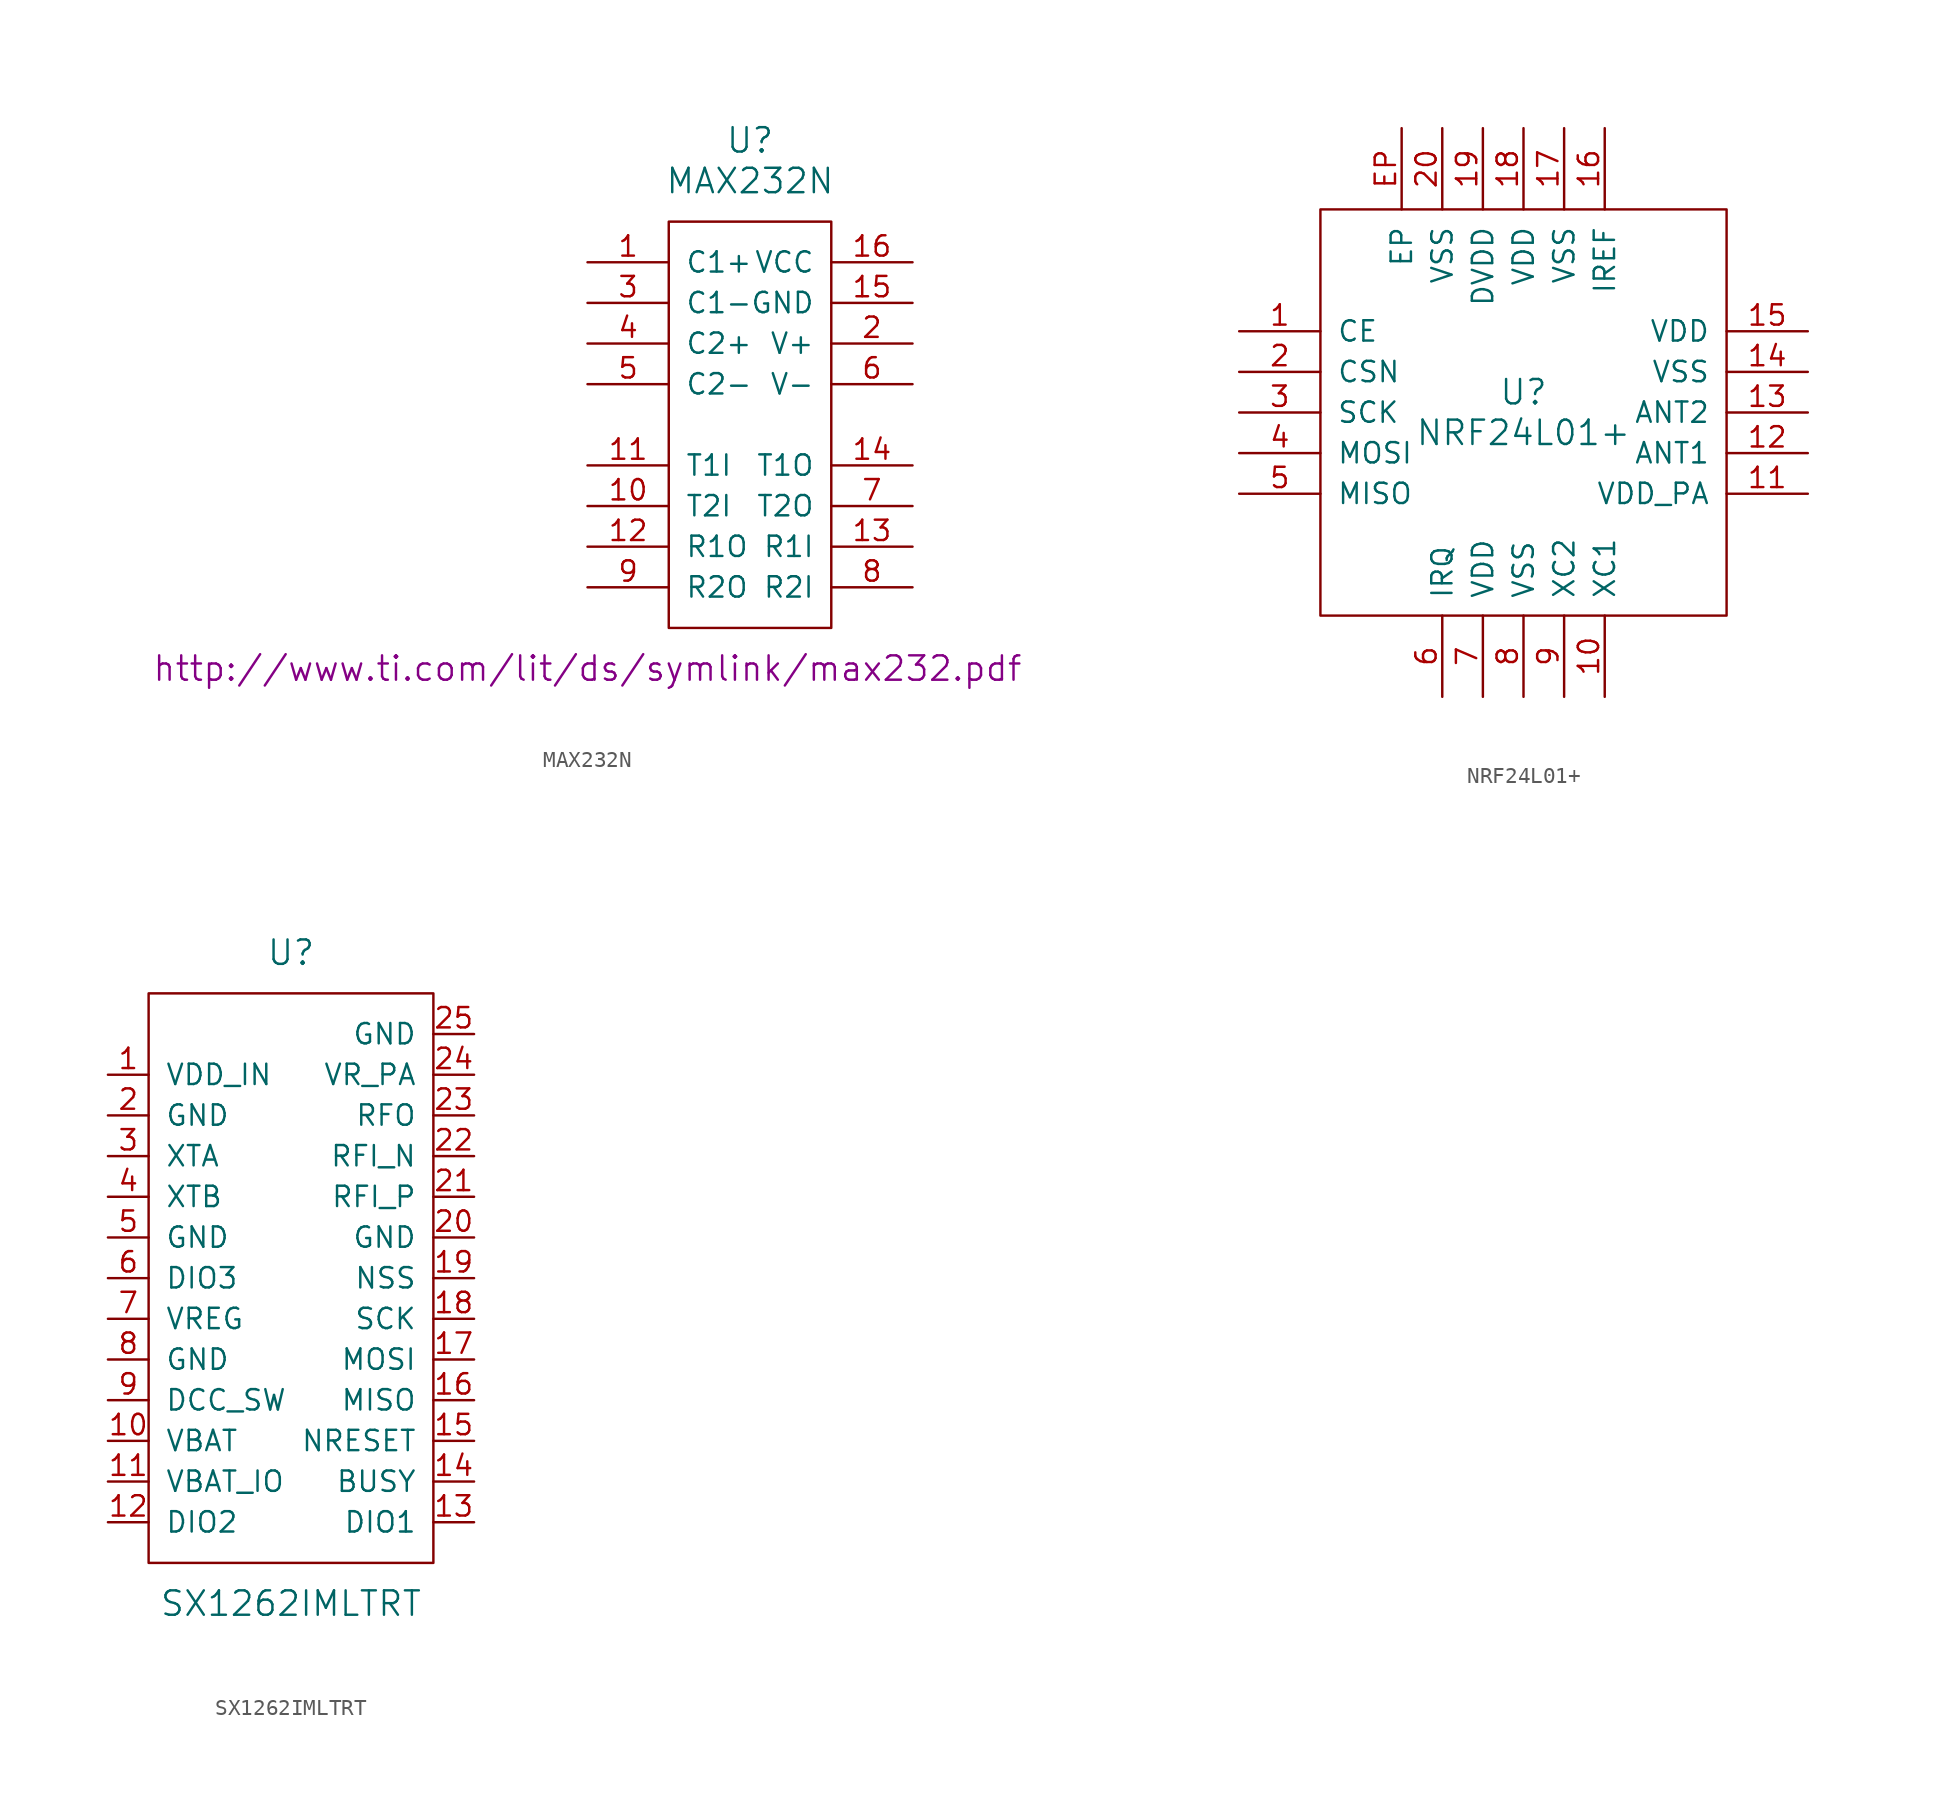
<source format=kicad_sym>
(kicad_symbol_lib
  (version 20201005)
  (generator kicad_symbol_editor)
  (symbol "MAX232N"
    (pin_names
      (offset 1.016))
    (property "Reference" "U"
      (at 0 17.78 0)
      (effects (font (size 1.524 1.524))))
    (property "Value" "MAX232N"
      (at 0 15.24 0)
      (effects (font (size 1.524 1.524))))
    (property "Datasheet" "http://www.ti.com/lit/ds/symlink/max232.pdf"
      (at -10.16 -15.24 0)
      (effects (font (size 1.524 1.524))))
    (symbol "MAX232N_0_1"
      (rectangle (start 5.08 12.7) (end -5.08 -12.7) (stroke (width 0)) (fill (type none))))
    (symbol "MAX232N_1_1"
      (pin input line (at -10.16 10.16 0) (length 5.08) (name "C1+" (effects (font (size 1.27 1.27)))) (number "1" (effects (font (size 1.27 1.27)))))
      (pin input line (at -10.16 -5.08 0) (length 5.08) (name "T2I" (effects (font (size 1.27 1.27)))) (number "10" (effects (font (size 1.27 1.27)))))
      (pin input line (at -10.16 -2.54 0) (length 5.08) (name "T1I" (effects (font (size 1.27 1.27)))) (number "11" (effects (font (size 1.27 1.27)))))
      (pin output line (at -10.16 -7.62 0) (length 5.08) (name "R1O" (effects (font (size 1.27 1.27)))) (number "12" (effects (font (size 1.27 1.27)))))
      (pin input line (at 10.16 -7.62 180) (length 5.08) (name "R1I" (effects (font (size 1.27 1.27)))) (number "13" (effects (font (size 1.27 1.27)))))
      (pin output line (at 10.16 -2.54 180) (length 5.08) (name "T1O" (effects (font (size 1.27 1.27)))) (number "14" (effects (font (size 1.27 1.27)))))
      (pin power_in line (at 10.16 7.62 180) (length 5.08) (name "GND" (effects (font (size 1.27 1.27)))) (number "15" (effects (font (size 1.27 1.27)))))
      (pin power_in line (at 10.16 10.16 180) (length 5.08) (name "VCC" (effects (font (size 1.27 1.27)))) (number "16" (effects (font (size 1.27 1.27)))))
      (pin output line (at 10.16 5.08 180) (length 5.08) (name "V+" (effects (font (size 1.27 1.27)))) (number "2" (effects (font (size 1.27 1.27)))))
      (pin input line (at -10.16 7.62 0) (length 5.08) (name "C1-" (effects (font (size 1.27 1.27)))) (number "3" (effects (font (size 1.27 1.27)))))
      (pin input line (at -10.16 5.08 0) (length 5.08) (name "C2+" (effects (font (size 1.27 1.27)))) (number "4" (effects (font (size 1.27 1.27)))))
      (pin input line (at -10.16 2.54 0) (length 5.08) (name "C2-" (effects (font (size 1.27 1.27)))) (number "5" (effects (font (size 1.27 1.27)))))
      (pin output line (at 10.16 2.54 180) (length 5.08) (name "V-" (effects (font (size 1.27 1.27)))) (number "6" (effects (font (size 1.27 1.27)))))
      (pin output line (at 10.16 -5.08 180) (length 5.08) (name "T2O" (effects (font (size 1.27 1.27)))) (number "7" (effects (font (size 1.27 1.27)))))
      (pin input line (at 10.16 -10.16 180) (length 5.08) (name "R2I" (effects (font (size 1.27 1.27)))) (number "8" (effects (font (size 1.27 1.27)))))
      (pin output line (at -10.16 -10.16 0) (length 5.08) (name "R2O" (effects (font (size 1.27 1.27)))) (number "9" (effects (font (size 1.27 1.27)))))))
  (symbol "NRF24L01+"
    (pin_names
      (offset 1.016))
    (property "Reference" "U"
      (at 0 1.27 0)
      (effects (font (size 1.524 1.524))))
    (property "Value" "NRF24L01+"
      (at 0 -1.27 0)
      (effects (font (size 1.524 1.524))))
    (symbol "NRF24L01+_0_1"
      (rectangle (start -12.7 12.7) (end 12.7 -12.7) (stroke (width 0)) (fill (type none))))
    (symbol "NRF24L01+_1_1"
      (pin input line (at -17.78 5.08 0) (length 5.08) (name "CE" (effects (font (size 1.27 1.27)))) (number "1" (effects (font (size 1.27 1.27)))))
      (pin input line (at 5.08 -17.78 90) (length 5.08) (name "XC1" (effects (font (size 1.27 1.27)))) (number "10" (effects (font (size 1.27 1.27)))))
      (pin power_out line (at 17.78 -5.08 180) (length 5.08) (name "VDD_PA" (effects (font (size 1.27 1.27)))) (number "11" (effects (font (size 1.27 1.27)))))
      (pin unspecified line (at 17.78 -2.54 180) (length 5.08) (name "ANT1" (effects (font (size 1.27 1.27)))) (number "12" (effects (font (size 1.27 1.27)))))
      (pin unspecified line (at 17.78 0 180) (length 5.08) (name "ANT2" (effects (font (size 1.27 1.27)))) (number "13" (effects (font (size 1.27 1.27)))))
      (pin power_in line (at 17.78 2.54 180) (length 5.08) (name "VSS" (effects (font (size 1.27 1.27)))) (number "14" (effects (font (size 1.27 1.27)))))
      (pin power_in line (at 17.78 5.08 180) (length 5.08) (name "VDD" (effects (font (size 1.27 1.27)))) (number "15" (effects (font (size 1.27 1.27)))))
      (pin input line (at 5.08 17.78 270) (length 5.08) (name "IREF" (effects (font (size 1.27 1.27)))) (number "16" (effects (font (size 1.27 1.27)))))
      (pin power_in line (at 2.54 17.78 270) (length 5.08) (name "VSS" (effects (font (size 1.27 1.27)))) (number "17" (effects (font (size 1.27 1.27)))))
      (pin power_in line (at 0 17.78 270) (length 5.08) (name "VDD" (effects (font (size 1.27 1.27)))) (number "18" (effects (font (size 1.27 1.27)))))
      (pin power_in line (at -2.54 17.78 270) (length 5.08) (name "DVDD" (effects (font (size 1.27 1.27)))) (number "19" (effects (font (size 1.27 1.27)))))
      (pin input line (at -17.78 2.54 0) (length 5.08) (name "CSN" (effects (font (size 1.27 1.27)))) (number "2" (effects (font (size 1.27 1.27)))))
      (pin power_in line (at -5.08 17.78 270) (length 5.08) (name "VSS" (effects (font (size 1.27 1.27)))) (number "20" (effects (font (size 1.27 1.27)))))
      (pin input line (at -17.78 0 0) (length 5.08) (name "SCK" (effects (font (size 1.27 1.27)))) (number "3" (effects (font (size 1.27 1.27)))))
      (pin input line (at -17.78 -2.54 0) (length 5.08) (name "MOSI" (effects (font (size 1.27 1.27)))) (number "4" (effects (font (size 1.27 1.27)))))
      (pin output line (at -17.78 -5.08 0) (length 5.08) (name "MISO" (effects (font (size 1.27 1.27)))) (number "5" (effects (font (size 1.27 1.27)))))
      (pin output line (at -5.08 -17.78 90) (length 5.08) (name "IRQ" (effects (font (size 1.27 1.27)))) (number "6" (effects (font (size 1.27 1.27)))))
      (pin power_in line (at -2.54 -17.78 90) (length 5.08) (name "VDD" (effects (font (size 1.27 1.27)))) (number "7" (effects (font (size 1.27 1.27)))))
      (pin power_in line (at 0 -17.78 90) (length 5.08) (name "VSS" (effects (font (size 1.27 1.27)))) (number "8" (effects (font (size 1.27 1.27)))))
      (pin output line (at 2.54 -17.78 90) (length 5.08) (name "XC2" (effects (font (size 1.27 1.27)))) (number "9" (effects (font (size 1.27 1.27)))))
      (pin passive line (at -7.62 17.78 270) (length 5.08) (name "EP" (effects (font (size 1.27 1.27)))) (number "EP" (effects (font (size 1.27 1.27)))))))
  (symbol "SX1262IMLTRT"
    (pin_names
      (offset 1.016))
    (property "Reference" "U"
      (at 0 21.59 0)
      (effects (font (size 1.524 1.524))))
    (property "Value" "SX1262IMLTRT"
      (at 0 -19.05 0)
      (effects (font (size 1.524 1.524))))
    (symbol "SX1262IMLTRT_0_1"
      (rectangle (start -8.89 -16.51) (end 8.89 19.05) (stroke (width 0)) (fill (type none))))
    (symbol "SX1262IMLTRT_1_1"
      (pin power_in line (at -11.43 13.97 0) (length 2.54) (name "VDD_IN" (effects (font (size 1.27 1.27)))) (number "1" (effects (font (size 1.27 1.27)))))
      (pin power_in line (at -11.43 -8.89 0) (length 2.54) (name "VBAT" (effects (font (size 1.27 1.27)))) (number "10" (effects (font (size 1.27 1.27)))))
      (pin power_in line (at -11.43 -11.43 0) (length 2.54) (name "VBAT_IO" (effects (font (size 1.27 1.27)))) (number "11" (effects (font (size 1.27 1.27)))))
      (pin bidirectional line (at -11.43 -13.97 0) (length 2.54) (name "DIO2" (effects (font (size 1.27 1.27)))) (number "12" (effects (font (size 1.27 1.27)))))
      (pin bidirectional line (at 11.43 -13.97 180) (length 2.54) (name "DIO1" (effects (font (size 1.27 1.27)))) (number "13" (effects (font (size 1.27 1.27)))))
      (pin output line (at 11.43 -11.43 180) (length 2.54) (name "BUSY" (effects (font (size 1.27 1.27)))) (number "14" (effects (font (size 1.27 1.27)))))
      (pin input line (at 11.43 -8.89 180) (length 2.54) (name "NRESET" (effects (font (size 1.27 1.27)))) (number "15" (effects (font (size 1.27 1.27)))))
      (pin output line (at 11.43 -6.35 180) (length 2.54) (name "MISO" (effects (font (size 1.27 1.27)))) (number "16" (effects (font (size 1.27 1.27)))))
      (pin input line (at 11.43 -3.81 180) (length 2.54) (name "MOSI" (effects (font (size 1.27 1.27)))) (number "17" (effects (font (size 1.27 1.27)))))
      (pin input line (at 11.43 -1.27 180) (length 2.54) (name "SCK" (effects (font (size 1.27 1.27)))) (number "18" (effects (font (size 1.27 1.27)))))
      (pin input line (at 11.43 1.27 180) (length 2.54) (name "NSS" (effects (font (size 1.27 1.27)))) (number "19" (effects (font (size 1.27 1.27)))))
      (pin power_in line (at -11.43 11.43 0) (length 2.54) (name "GND" (effects (font (size 1.27 1.27)))) (number "2" (effects (font (size 1.27 1.27)))))
      (pin power_in line (at 11.43 3.81 180) (length 2.54) (name "GND" (effects (font (size 1.27 1.27)))) (number "20" (effects (font (size 1.27 1.27)))))
      (pin input line (at 11.43 6.35 180) (length 2.54) (name "RFI_P" (effects (font (size 1.27 1.27)))) (number "21" (effects (font (size 1.27 1.27)))))
      (pin input line (at 11.43 8.89 180) (length 2.54) (name "RFI_N" (effects (font (size 1.27 1.27)))) (number "22" (effects (font (size 1.27 1.27)))))
      (pin output line (at 11.43 11.43 180) (length 2.54) (name "RFO" (effects (font (size 1.27 1.27)))) (number "23" (effects (font (size 1.27 1.27)))))
      (pin power_out line (at 11.43 13.97 180) (length 2.54) (name "VR_PA" (effects (font (size 1.27 1.27)))) (number "24" (effects (font (size 1.27 1.27)))))
      (pin power_in line (at 11.43 16.51 180) (length 2.54) (name "GND" (effects (font (size 1.27 1.27)))) (number "25" (effects (font (size 1.27 1.27)))))
      (pin passive line (at -11.43 8.89 0) (length 2.54) (name "XTA" (effects (font (size 1.27 1.27)))) (number "3" (effects (font (size 1.27 1.27)))))
      (pin passive line (at -11.43 6.35 0) (length 2.54) (name "XTB" (effects (font (size 1.27 1.27)))) (number "4" (effects (font (size 1.27 1.27)))))
      (pin power_in line (at -11.43 3.81 0) (length 2.54) (name "GND" (effects (font (size 1.27 1.27)))) (number "5" (effects (font (size 1.27 1.27)))))
      (pin bidirectional line (at -11.43 1.27 0) (length 2.54) (name "DIO3" (effects (font (size 1.27 1.27)))) (number "6" (effects (font (size 1.27 1.27)))))
      (pin power_out line (at -11.43 -1.27 0) (length 2.54) (name "VREG" (effects (font (size 1.27 1.27)))) (number "7" (effects (font (size 1.27 1.27)))))
      (pin power_in line (at -11.43 -3.81 0) (length 2.54) (name "GND" (effects (font (size 1.27 1.27)))) (number "8" (effects (font (size 1.27 1.27)))))
      (pin power_out line (at -11.43 -6.35 0) (length 2.54) (name "DCC_SW" (effects (font (size 1.27 1.27)))) (number "9" (effects (font (size 1.27 1.27))))))))
</source>
